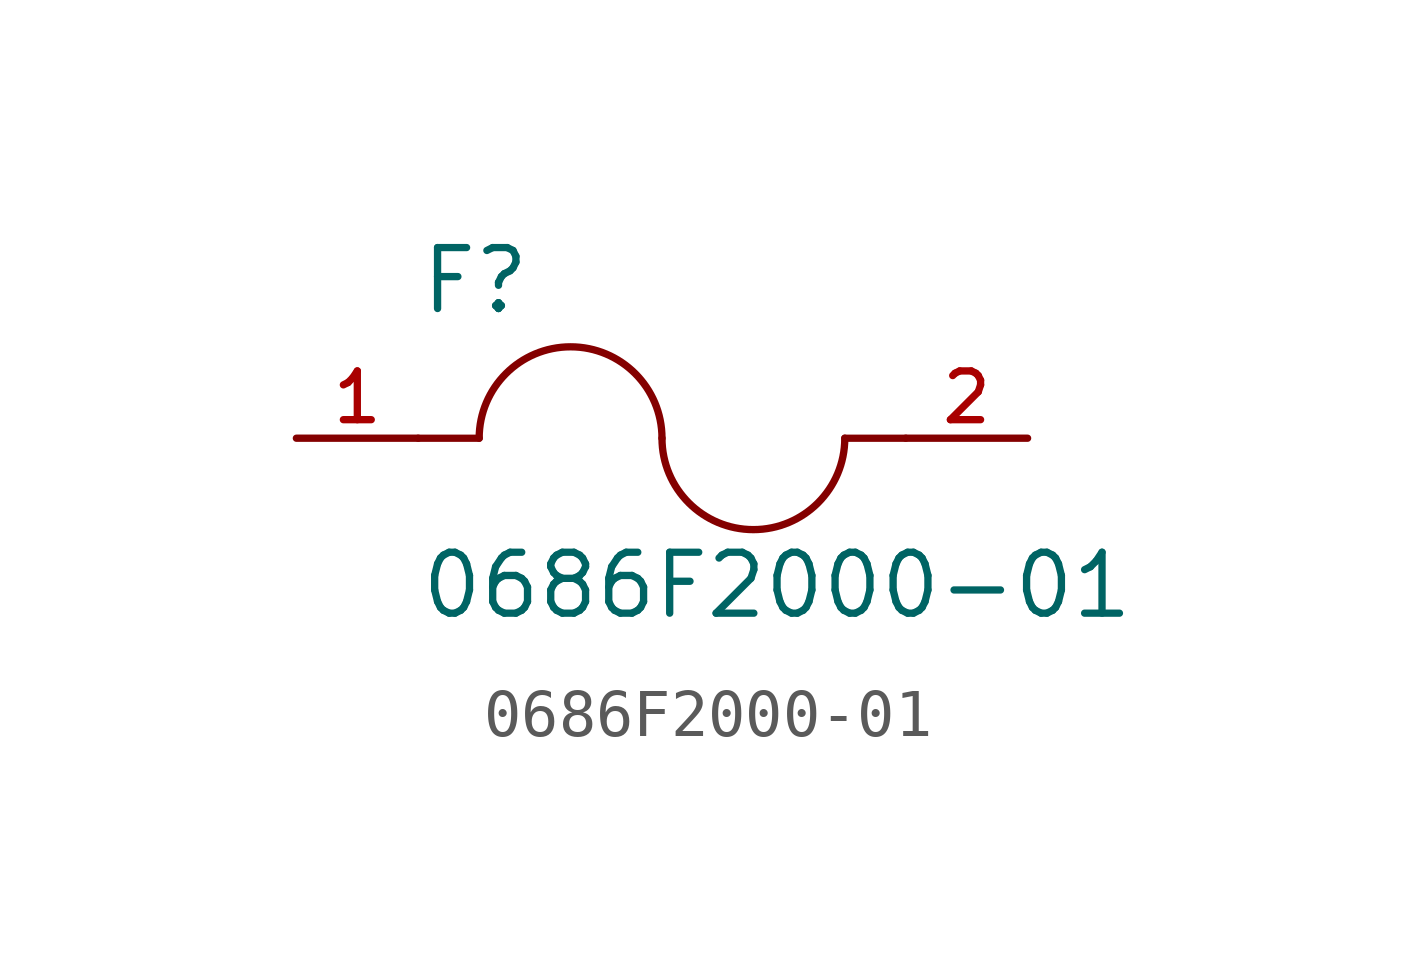
<source format=kicad_sym>
(kicad_symbol_lib
  (version 20211014)
  (generator kicad_symbol_editor)
  (symbol "0686F2000-01"
    (pin_names
      (offset 1.016))
    (property "Reference" "F"
      (at -5.08 2.54 0)
      (effects (font (size 1.27 1.27)) (justify bottom left)))
    (property "Value" "0686F2000-01"
      (at -5.08 -3.81 0)
      (effects (font (size 1.27 1.27)) (justify bottom left)))
    (symbol "0686F2000-01_0_0"
      (arc (start 0.0 0.0) (mid -1.905 1.905) (end -3.81 0.0) (stroke (width 0.1524) (type default) (color 0 0 0 0)) (fill (type none)))
      (arc (start 3.81 0.0) (mid 1.905 -1.905) (end 0.0 0.0) (stroke (width 0.1524) (type default) (color 0 0 0 0)) (fill (type none)))
      (polyline (pts (xy 5.08 0.0) (xy 3.81 0.0)) (stroke (width 0.152)))
      (polyline (pts (xy -5.08 0.0) (xy -3.81 0.0)) (stroke (width 0.152)))
      (pin passive line (at -7.62 0.0 0) (length 2.54) (name "~" (effects (font (size 1.016 1.016)))) (number "1" (effects (font (size 1.016 1.016)))))
      (pin passive line (at 7.62 0.0 180.0) (length 2.54) (name "~" (effects (font (size 1.016 1.016)))) (number "2" (effects (font (size 1.016 1.016))))))))
</source>
